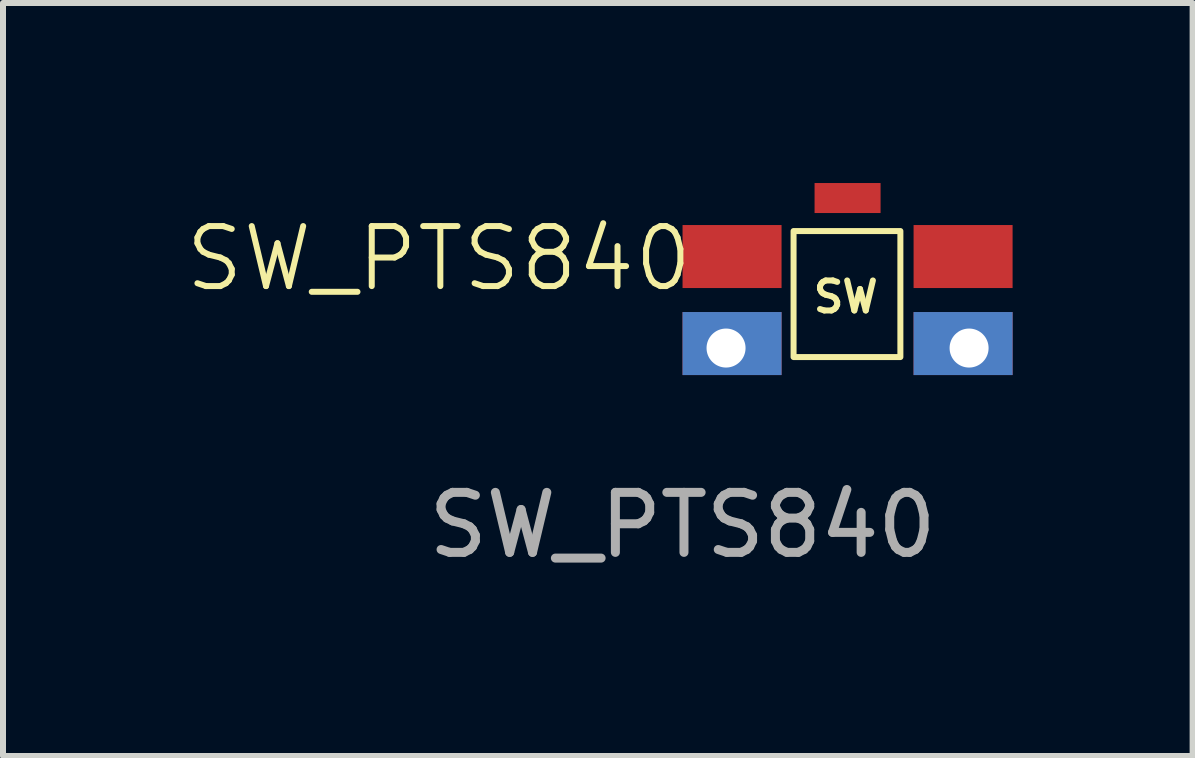
<source format=kicad_pcb>
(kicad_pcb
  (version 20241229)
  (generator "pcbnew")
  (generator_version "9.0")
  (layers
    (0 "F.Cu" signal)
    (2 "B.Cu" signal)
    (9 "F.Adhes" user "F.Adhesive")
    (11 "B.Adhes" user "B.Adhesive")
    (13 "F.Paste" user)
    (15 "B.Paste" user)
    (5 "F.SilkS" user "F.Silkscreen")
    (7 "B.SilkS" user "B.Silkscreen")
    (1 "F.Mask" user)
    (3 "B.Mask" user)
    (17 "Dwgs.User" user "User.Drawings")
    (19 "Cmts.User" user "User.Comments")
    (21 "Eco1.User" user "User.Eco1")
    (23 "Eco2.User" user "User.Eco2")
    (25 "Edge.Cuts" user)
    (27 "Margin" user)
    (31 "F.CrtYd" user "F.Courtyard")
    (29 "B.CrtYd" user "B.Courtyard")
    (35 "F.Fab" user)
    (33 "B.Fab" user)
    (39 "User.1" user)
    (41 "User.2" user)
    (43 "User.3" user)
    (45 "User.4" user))
  (footprint "SW_PTS840"
    (layer "F.Cu")
    (at 8.324 3.2)
    (property "Reference" "SW_PTS840" (at -4.06 -1.94 0) (unlocked yes) (layer "F.SilkS") (effects (font (size 1 1) (thickness 0.1))))
    (attr smd)
    (fp_rect (start 1.85 -2.4) (end 3.63 -0.3) (stroke (width 0.1) (type default)) (fill no) (layer "F.SilkS"))
    (fp_text user "SW" (at 2.13 -1.01 0) (unlocked yes) (layer "F.SilkS") (effects (font (size 0.5 0.5) (thickness 0.1)) (justify left bottom)))
    (fp_text user "${REFERENCE}" (at 0 2.5 0) (unlocked yes) (layer "F.Fab") (effects (font (size 1 1) (thickness 0.15))))
    (pad "1" thru_hole rect (at 0.725 -0.45) (size 1.65 1.05) (drill 0.65 (offset 0.1 -0.075)) (layers "*.Cu" "*.Mask"))
    (pad "1" smd rect (at 2.75 -2.95) (size 1.1 0.5) (layers "F.Cu" "F.Mask" "F.Paste"))
    (pad "1" thru_hole rect (at 4.775 -0.45) (size 1.65 1.05) (drill 0.65 (offset -0.1 -0.075)) (layers "*.Cu" "*.Mask"))
    (pad "2" smd rect (at 0.825 -1.975) (size 1.65 1.05) (layers "F.Cu" "F.Mask" "F.Paste"))
    (pad "2" smd rect (at 4.675 -1.975) (size 1.65 1.05) (layers "F.Cu" "F.Mask" "F.Paste")))
  (gr_rect
    (start -3 -3)
    (end 16.824 9.548)
    (stroke (width 0.1) (type default))
    (fill no)
    (layer "Edge.Cuts")))
</source>
